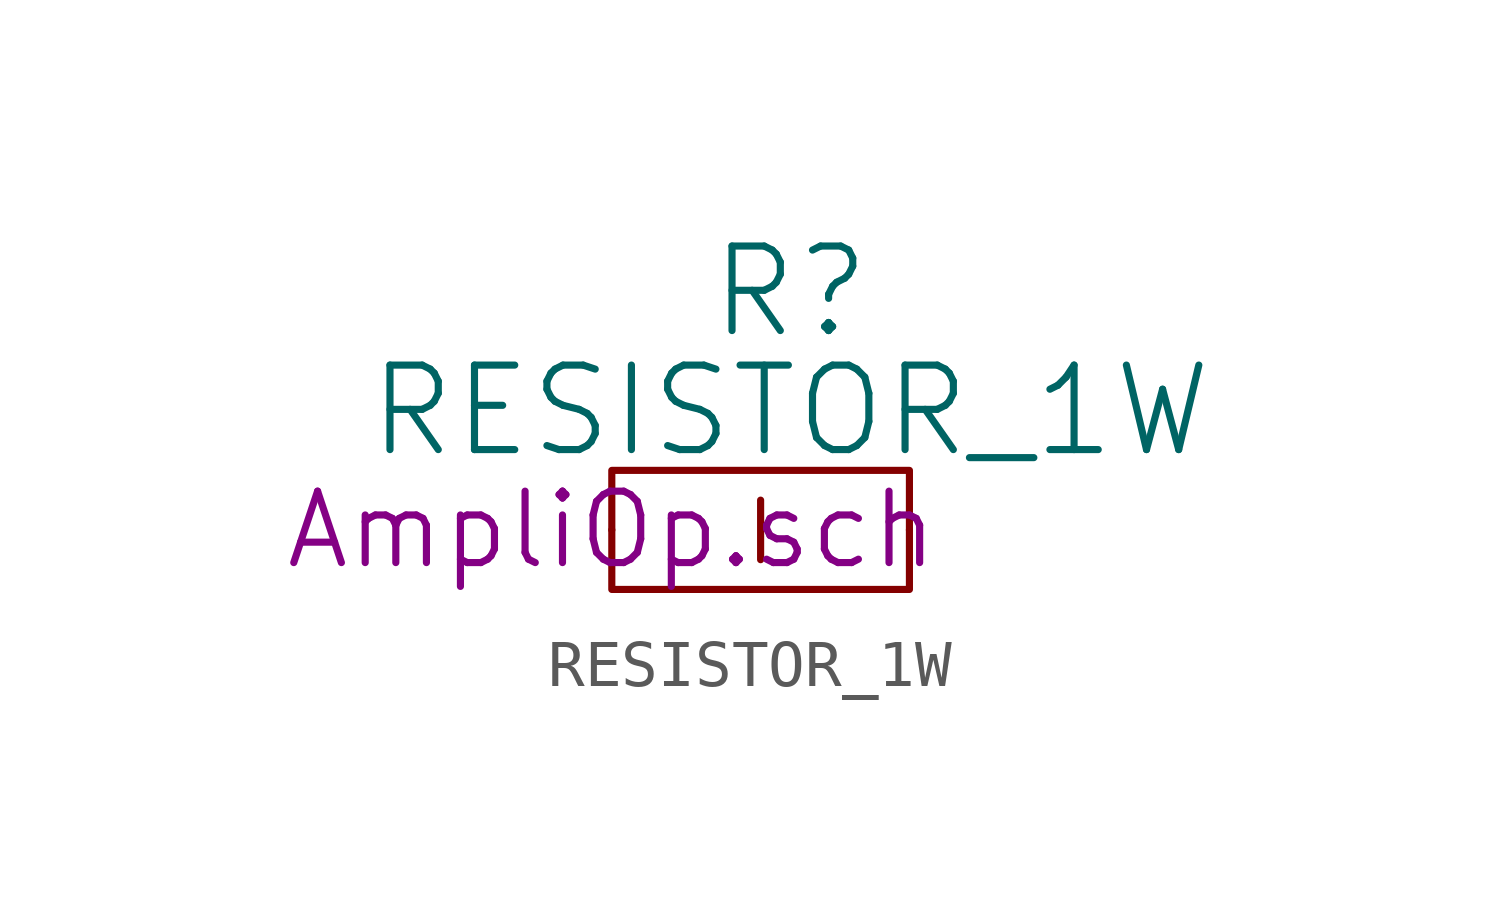
<source format=kicad_sym>
(kicad_symbol_lib
  (version 20211014)
  (generator kicad_symbol_editor)
  (symbol "RESISTOR_1W"
    (pin_numbers hide)
    (property "Reference" "R"
      (at 3.81 5.08 0)
      (effects (font (size 1.803 1.803))))
    (property "Value" "RESISTOR_1W"
      (at 3.81 2.54 0)
      (effects (font (size 1.803 1.803))))
    (property "Footprint" ""
      (at 0 0 0)
      (effects (font (size 1.524 1.524))))
    (property "Datasheet" "AmpliOp.sch"
      (at 0 0 0)
      (effects (font (size 1.524 1.524))))
    (symbol "RESISTOR_1W_0_1"
      (polyline (pts (xy 3.175 -0.635) (xy 3.175 0.635)) (stroke (width 0) (type default) (color 0 0 0 0)) (fill (type none)))
      (rectangle (start 0 1.27) (end 6.35 -1.27) (stroke (width 0) (type default) (color 0 0 0 0)) (fill (type none))))
    (symbol "RESISTOR_1W_1_1"
      (pin passive line (at 0 0 0) (length 0) (name "~" (effects (font (size 1.27 1.27)))) (number "1" (effects (font (size 1.27 1.27)))))
      (pin passive line (at 6.35 0 180) (length 0) (name "~" (effects (font (size 1.27 1.27)))) (number "2" (effects (font (size 1.27 1.27))))))))
</source>
